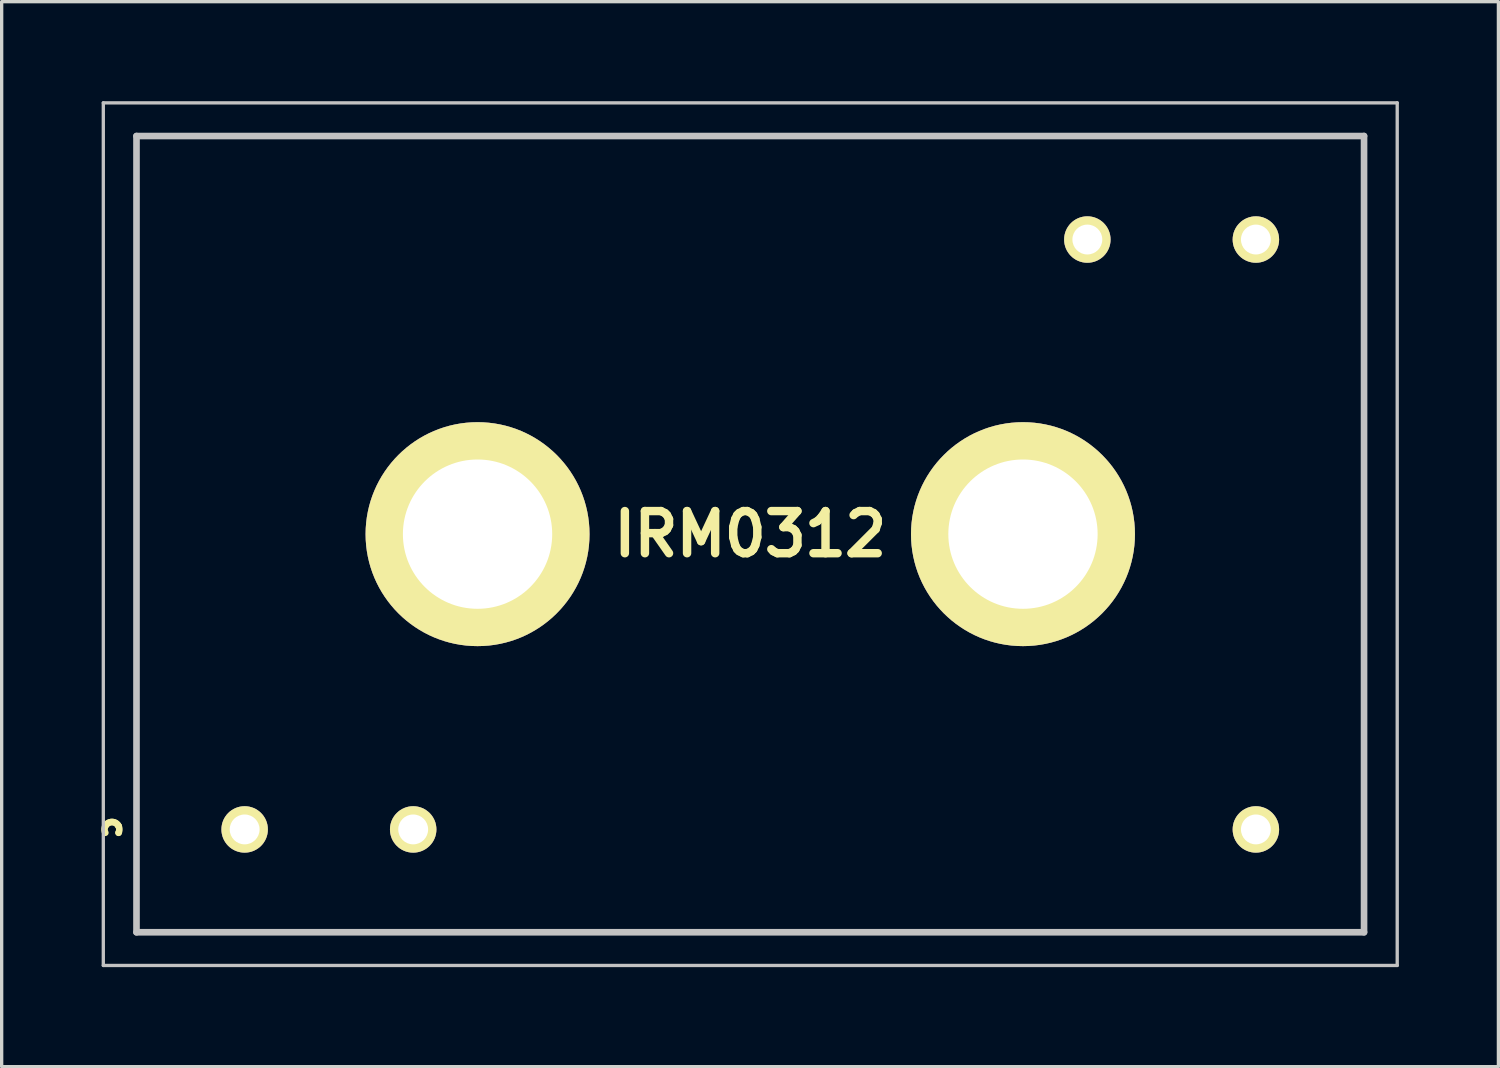
<source format=kicad_pcb>
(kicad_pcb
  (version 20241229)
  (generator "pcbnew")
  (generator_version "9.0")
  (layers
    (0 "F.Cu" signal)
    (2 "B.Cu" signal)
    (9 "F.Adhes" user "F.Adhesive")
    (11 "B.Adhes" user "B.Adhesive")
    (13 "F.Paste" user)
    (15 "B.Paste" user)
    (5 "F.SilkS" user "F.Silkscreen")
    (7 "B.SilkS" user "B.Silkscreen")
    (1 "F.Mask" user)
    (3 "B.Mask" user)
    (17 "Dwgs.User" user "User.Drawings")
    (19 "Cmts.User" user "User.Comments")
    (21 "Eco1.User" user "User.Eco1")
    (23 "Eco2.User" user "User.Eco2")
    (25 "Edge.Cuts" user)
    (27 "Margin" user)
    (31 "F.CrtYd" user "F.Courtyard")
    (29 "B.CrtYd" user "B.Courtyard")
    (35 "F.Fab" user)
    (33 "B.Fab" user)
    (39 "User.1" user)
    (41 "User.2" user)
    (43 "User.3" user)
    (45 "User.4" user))
  (footprint "IRM0312"
    (layer "F.Cu")
    (at 4.324 21.95)
    (property "Reference" "IRM0312" (at 15.24 -8.9 0) (layer "F.SilkS") (effects (font (size 1.27 1.27) (thickness 0.254))))
    (attr through_hole)
    (fp_line (start -3.8 -0.1) (end -3.8 -0.1) (stroke (width 0.2) (type solid)) (layer "F.SilkS"))
    (fp_line (start -3.8 0.1) (end -3.8 0.1) (stroke (width 0.2) (type solid)) (layer "F.SilkS"))
    (fp_line (start -3.26 -20.9) (end -3.26 3.1) (stroke (width 0.1) (type solid)) (layer "F.SilkS"))
    (fp_line (start -3.26 3.1) (end 33.74 3.1) (stroke (width 0.1) (type solid)) (layer "F.SilkS"))
    (fp_line (start 33.74 -20.9) (end -3.26 -20.9) (stroke (width 0.1) (type solid)) (layer "F.SilkS"))
    (fp_line (start 33.74 3.1) (end 33.74 -20.9) (stroke (width 0.1) (type solid)) (layer "F.SilkS"))
    (fp_arc (start -4.2 -0.1) (mid -3.9 -0.2) (end -3.8 0.1) (stroke (width 0.2) (type solid)) (layer "F.SilkS"))
    (fp_arc (start -4.2 0.1) (mid -4.1 -0.2) (end -3.8 -0.1) (stroke (width 0.2) (type solid)) (layer "F.SilkS"))
    (fp_line (start -4.26 -21.9) (end -4.26 4.1) (stroke (width 0.1) (type solid)) (layer "Dwgs.User"))
    (fp_line (start -4.26 4.1) (end 34.74 4.1) (stroke (width 0.1) (type solid)) (layer "Dwgs.User"))
    (fp_line (start -3.26 -20.9) (end -3.26 3.1) (stroke (width 0.2) (type solid)) (layer "Dwgs.User"))
    (fp_line (start -3.26 3.1) (end 33.74 3.1) (stroke (width 0.2) (type solid)) (layer "Dwgs.User"))
    (fp_line (start 33.74 -20.9) (end -3.26 -20.9) (stroke (width 0.2) (type solid)) (layer "Dwgs.User"))
    (fp_line (start 33.74 3.1) (end 33.74 -20.9) (stroke (width 0.2) (type solid)) (layer "Dwgs.User"))
    (fp_line (start 34.74 -21.9) (end -4.26 -21.9) (stroke (width 0.1) (type solid)) (layer "Dwgs.User"))
    (fp_line (start 34.74 4.1) (end 34.74 -21.9) (stroke (width 0.1) (type solid)) (layer "Dwgs.User"))
    (pad "1" thru_hole circle (at 0 0 90) (size 1.4 1.4) (drill 0.9) (layers "*.Cu" "*.Mask" "F.SilkS"))
    (pad "2" thru_hole circle (at 5.08 0 90) (size 1.4 1.4) (drill 0.9) (layers "*.Cu" "*.Mask" "F.SilkS"))
    (pad "3" thru_hole circle (at 30.48 0 90) (size 1.4 1.4) (drill 0.9) (layers "*.Cu" "*.Mask" "F.SilkS"))
    (pad "4" thru_hole circle (at 30.48 -17.78 90) (size 1.4 1.4) (drill 0.9) (layers "*.Cu" "*.Mask" "F.SilkS"))
    (pad "5" thru_hole circle (at 25.4 -17.78 90) (size 1.4 1.4) (drill 0.9) (layers "*.Cu" "*.Mask" "F.SilkS"))
    (pad "6" thru_hole circle (at 7.02 -8.9 90) (size 6.75 6.75) (drill 4.5) (layers "*.Cu" "*.Mask" "F.SilkS"))
    (pad "7" thru_hole circle (at 23.46 -8.9 90) (size 6.75 6.75) (drill 4.5) (layers "*.Cu" "*.Mask" "F.SilkS")))
  (gr_rect
    (start -3 -3)
    (end 42.114 29.1)
    (stroke (width 0.1) (type default))
    (fill no)
    (layer "Edge.Cuts")))
</source>
